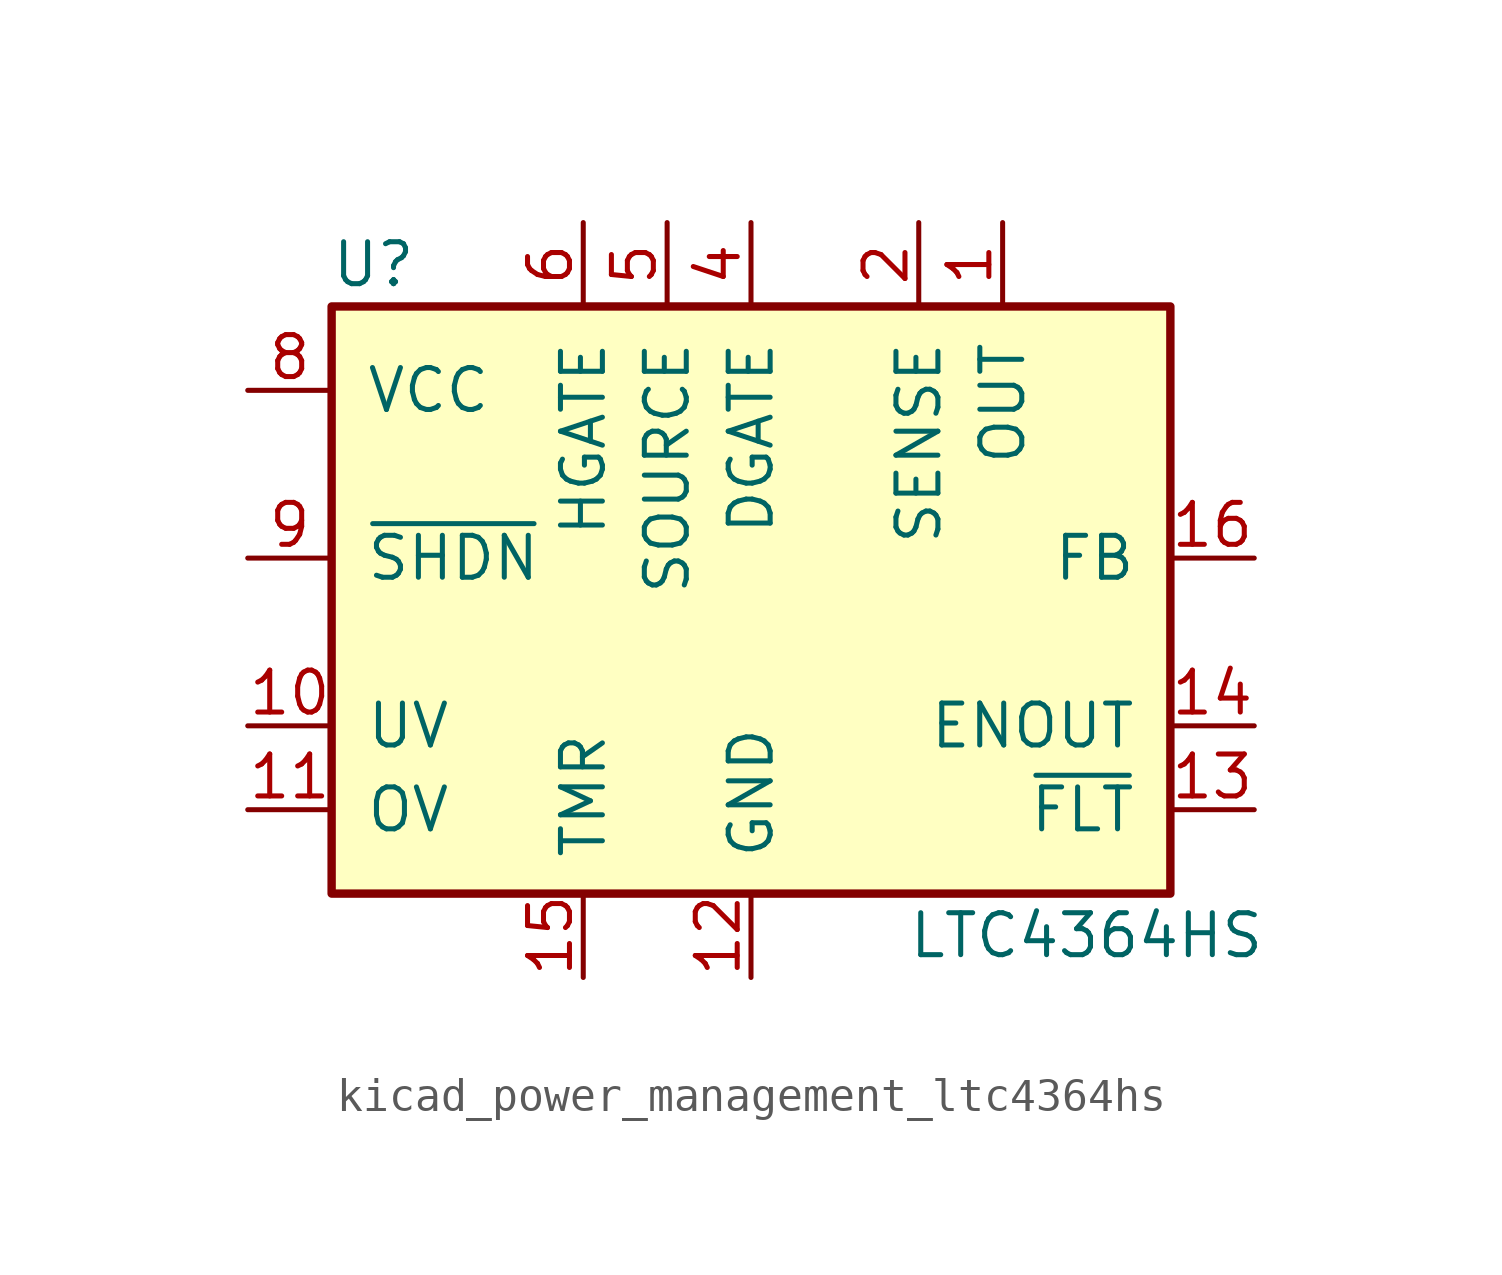
<source format=kicad_sym>
(kicad_symbol_lib
  (version 20220914)
  (generator kicad_symbol_editor)
  (symbol "kicad_power_management_ltc4364hs"
    (pin_names
      (offset 1.016))
    (property "Reference" "U"
      (at -11.43 8.89 0)
      (effects (font (size 1.27 1.27))))
    (property "Value" "LTC4364HS"
      (at 10.16 -11.43 0)
      (effects (font (size 1.27 1.27))))
    (symbol "kicad_power_management_ltc4364hs_0_1"
      (rectangle (start -12.7 7.62) (end 12.7 -10.16) (stroke (width 0.254) (type default)) (fill (type background))))
    (symbol "kicad_power_management_ltc4364hs_1_1"
      (pin input line (at 7.62 10.16 270) (length 2.54) (name "OUT" (effects (font (size 1.27 1.27)))) (number "1" (effects (font (size 1.27 1.27)))))
      (pin input line (at -15.24 -5.08 0) (length 2.54) (name "UV" (effects (font (size 1.27 1.27)))) (number "10" (effects (font (size 1.27 1.27)))))
      (pin input line (at -15.24 -7.62 0) (length 2.54) (name "OV" (effects (font (size 1.27 1.27)))) (number "11" (effects (font (size 1.27 1.27)))))
      (pin power_in line (at 0 -12.7 90) (length 2.54) (name "GND" (effects (font (size 1.27 1.27)))) (number "12" (effects (font (size 1.27 1.27)))))
      (pin open_collector line (at 15.24 -7.62 180) (length 2.54) (name "~{FLT}" (effects (font (size 1.27 1.27)))) (number "13" (effects (font (size 1.27 1.27)))))
      (pin open_collector line (at 15.24 -5.08 180) (length 2.54) (name "ENOUT" (effects (font (size 1.27 1.27)))) (number "14" (effects (font (size 1.27 1.27)))))
      (pin input line (at -5.08 -12.7 90) (length 2.54) (name "TMR" (effects (font (size 1.27 1.27)))) (number "15" (effects (font (size 1.27 1.27)))))
      (pin input line (at 15.24 0 180) (length 2.54) (name "FB" (effects (font (size 1.27 1.27)))) (number "16" (effects (font (size 1.27 1.27)))))
      (pin input line (at 5.08 10.16 270) (length 2.54) (name "SENSE" (effects (font (size 1.27 1.27)))) (number "2" (effects (font (size 1.27 1.27)))))
      (pin no_connect line (at 12.7 2.54 180) (length 2.54) hide (name "NC" (effects (font (size 1.27 1.27)))) (number "3" (effects (font (size 1.27 1.27)))))
      (pin output line (at 0 10.16 270) (length 2.54) (name "DGATE" (effects (font (size 1.27 1.27)))) (number "4" (effects (font (size 1.27 1.27)))))
      (pin input line (at -2.54 10.16 270) (length 2.54) (name "SOURCE" (effects (font (size 1.27 1.27)))) (number "5" (effects (font (size 1.27 1.27)))))
      (pin output line (at -5.08 10.16 270) (length 2.54) (name "HGATE" (effects (font (size 1.27 1.27)))) (number "6" (effects (font (size 1.27 1.27)))))
      (pin no_connect line (at 12.7 5.08 180) (length 2.54) hide (name "NC" (effects (font (size 1.27 1.27)))) (number "7" (effects (font (size 1.27 1.27)))))
      (pin power_in line (at -15.24 5.08 0) (length 2.54) (name "VCC" (effects (font (size 1.27 1.27)))) (number "8" (effects (font (size 1.27 1.27)))))
      (pin input line (at -15.24 0 0) (length 2.54) (name "~{SHDN}" (effects (font (size 1.27 1.27)))) (number "9" (effects (font (size 1.27 1.27))))))))
</source>
